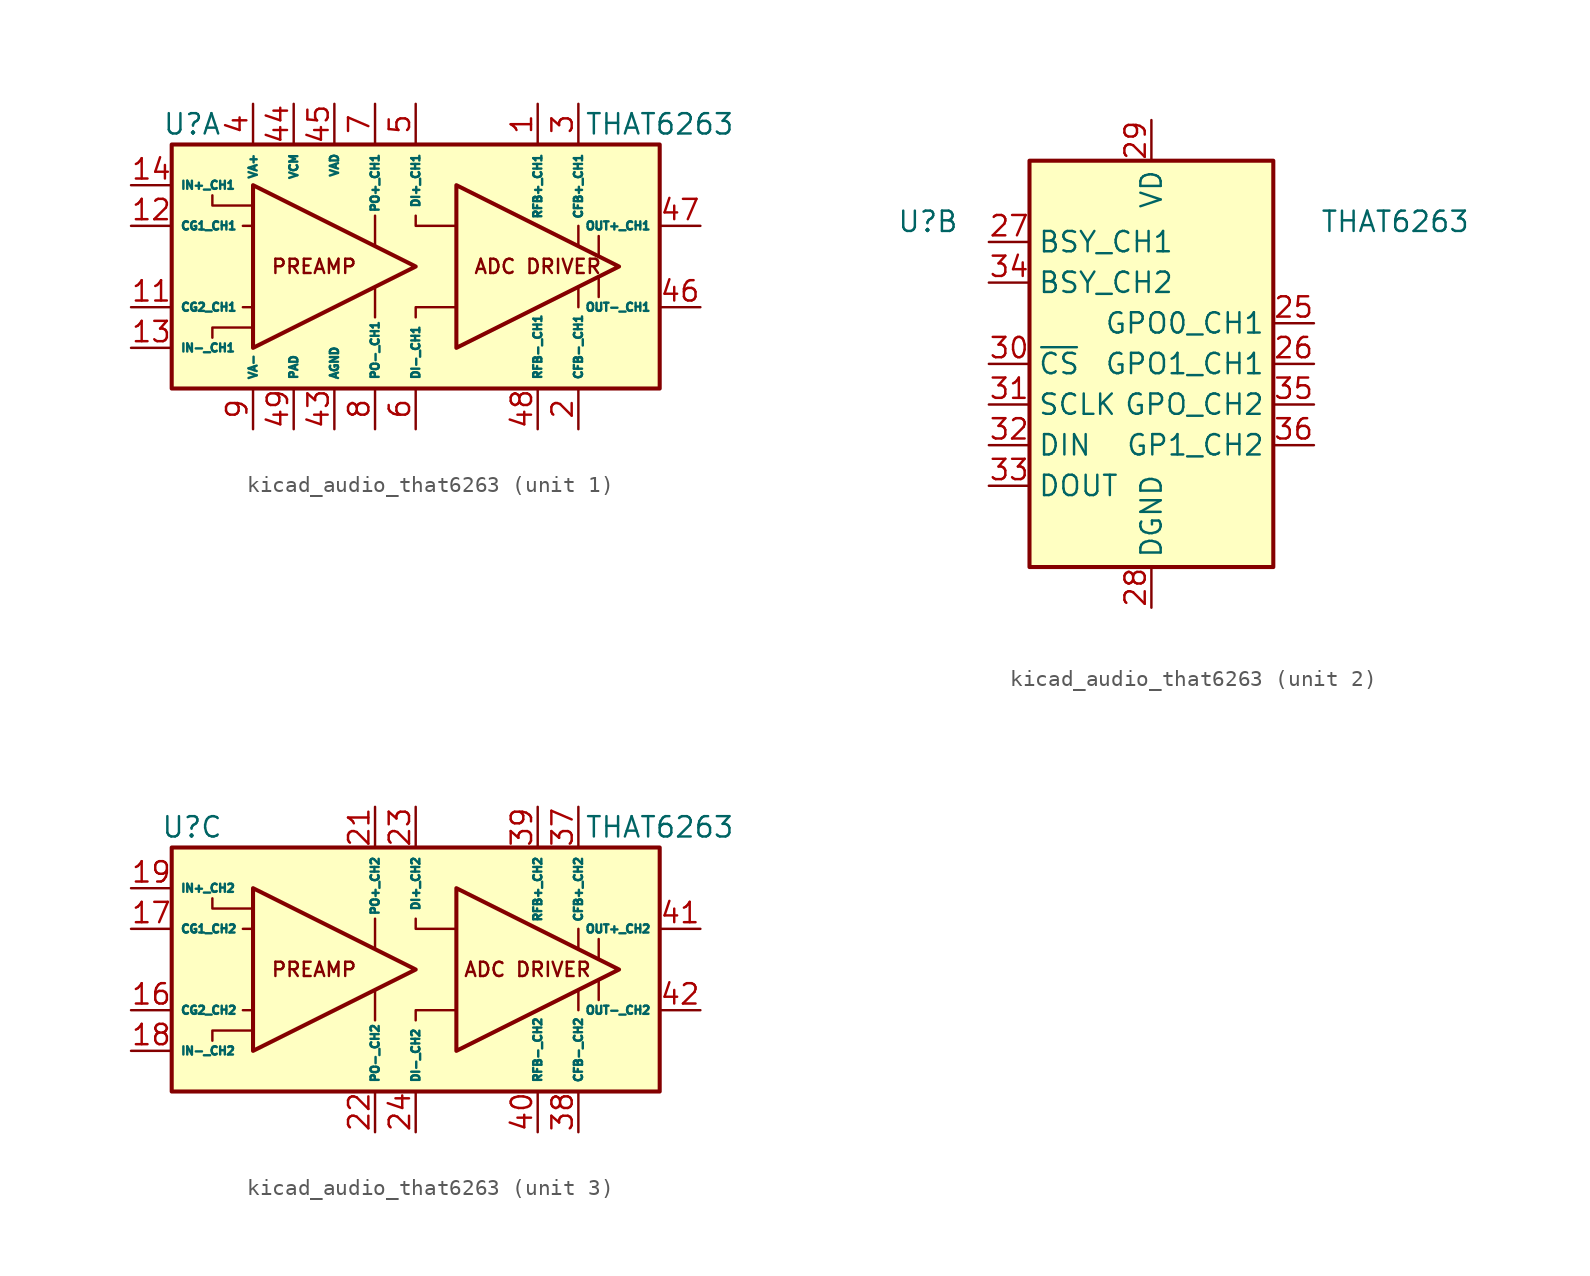
<source format=kicad_sym>
(kicad_symbol_lib
  (version 20220914)
  (generator kicad_symbol_editor)
  (symbol "kicad_audio_that6263"
    (property "Reference" "U"
      (at -13.97 8.89 0)
      (effects (font (size 1.27 1.27))))
    (property "Value" "THAT6263"
      (at 15.24 8.89 0)
      (effects (font (size 1.27 1.27))))
    (property "ki_locked" ""
      (at 0 0 0)
      (effects (font (size 1.27 1.27))))
    (symbol "kicad_audio_that6263_1_0"
      (polyline (pts (xy -10.795 -2.54) (xy -10.16 -2.54)) (stroke (width 0) (type default)) (fill (type none)))
      (polyline (pts (xy -10.795 2.54) (xy -10.16 2.54)) (stroke (width 0) (type default)) (fill (type none)))
      (polyline (pts (xy -2.54 -3.175) (xy -2.54 -1.27)) (stroke (width 0) (type default)) (fill (type none)))
      (polyline (pts (xy -2.54 3.175) (xy -2.54 1.27)) (stroke (width 0) (type default)) (fill (type none)))
      (polyline (pts (xy 10.16 -1.27) (xy 10.16 -2.54)) (stroke (width 0) (type default)) (fill (type none)))
      (polyline (pts (xy 10.16 2.54) (xy 10.16 1.27)) (stroke (width 0) (type default)) (fill (type none)))
      (polyline (pts (xy 11.43 -1.905) (xy 11.43 -0.635)) (stroke (width 0) (type default)) (fill (type none)))
      (polyline (pts (xy 11.43 0.635) (xy 11.43 1.905)) (stroke (width 0) (type default)) (fill (type none)))
      (polyline (pts (xy -12.7 -4.445) (xy -12.7 -3.81) (xy -10.16 -3.81)) (stroke (width 0) (type default)) (fill (type none)))
      (polyline (pts (xy 0 -3.175) (xy 0 -2.54) (xy 2.54 -2.54)) (stroke (width 0) (type default)) (fill (type none)))
      (polyline (pts (xy 0 3.175) (xy 0 2.54) (xy 2.54 2.54)) (stroke (width 0) (type default)) (fill (type none)))
      (polyline (pts (xy -12.7 4.445) (xy -12.7 3.81) (xy -10.795 3.81) (xy -10.16 3.81)) (stroke (width 0) (type default)) (fill (type none)))
      (text "ADC DRIVER" (at 7.62 0 0) (effects (font (size 0.889 0.889))))
      (text "PREAMP" (at -6.35 0 0) (effects (font (size 0.889 0.889)))))
    (symbol "kicad_audio_that6263_1_1"
      (rectangle (start -15.24 7.62) (end 15.24 -7.62) (stroke (width 0.254) (type default)) (fill (type background)))
      (polyline (pts (xy 0 0) (xy -10.16 5.08) (xy -10.16 -5.08) (xy 0 0)) (stroke (width 0.254) (type default)) (fill (type background)))
      (polyline (pts (xy 2.54 -5.08) (xy 2.54 5.08) (xy 12.7 0) (xy 2.54 -5.08)) (stroke (width 0.254) (type default)) (fill (type background)))
      (pin passive line (at 7.62 10.16 270) (length 2.54) (name "RFB+_CH1" (effects (font (size 0.508 0.508)))) (number "1" (effects (font (size 1.27 1.27)))))
      (pin passive line (at -10.16 10.16 270) (length 2.54) hide (name "VA+" (effects (font (size 0.508 0.508)))) (number "10" (effects (font (size 1.27 1.27)))))
      (pin passive line (at -17.78 -2.54 0) (length 2.54) (name "CG2_CH1" (effects (font (size 0.508 0.508)))) (number "11" (effects (font (size 1.27 1.27)))))
      (pin passive line (at -17.78 2.54 0) (length 2.54) (name "CG1_CH1" (effects (font (size 0.508 0.508)))) (number "12" (effects (font (size 1.27 1.27)))))
      (pin input line (at -17.78 -5.08 0) (length 2.54) (name "IN-_CH1" (effects (font (size 0.508 0.508)))) (number "13" (effects (font (size 1.27 1.27)))))
      (pin input line (at -17.78 5.08 0) (length 2.54) (name "IN+_CH1" (effects (font (size 0.508 0.508)))) (number "14" (effects (font (size 1.27 1.27)))))
      (pin passive line (at -10.16 -10.16 90) (length 2.54) hide (name "VA-" (effects (font (size 0.508 0.508)))) (number "15" (effects (font (size 1.27 1.27)))))
      (pin passive line (at 10.16 -10.16 90) (length 2.54) (name "CFB-_CH1" (effects (font (size 0.508 0.508)))) (number "2" (effects (font (size 1.27 1.27)))))
      (pin passive line (at -10.16 -10.16 90) (length 2.54) hide (name "VA-" (effects (font (size 0.508 0.508)))) (number "20" (effects (font (size 1.27 1.27)))))
      (pin passive line (at 10.16 10.16 270) (length 2.54) (name "CFB+_CH1" (effects (font (size 0.508 0.508)))) (number "3" (effects (font (size 1.27 1.27)))))
      (pin power_in line (at -10.16 10.16 270) (length 2.54) (name "VA+" (effects (font (size 0.508 0.508)))) (number "4" (effects (font (size 1.27 1.27)))))
      (pin power_in line (at -5.08 -10.16 90) (length 2.54) (name "AGND" (effects (font (size 0.508 0.508)))) (number "43" (effects (font (size 1.27 1.27)))))
      (pin power_in line (at -7.62 10.16 270) (length 2.54) (name "VCM" (effects (font (size 0.508 0.508)))) (number "44" (effects (font (size 1.27 1.27)))))
      (pin power_in line (at -5.08 10.16 270) (length 2.54) (name "VAD" (effects (font (size 0.508 0.508)))) (number "45" (effects (font (size 1.27 1.27)))))
      (pin output line (at 17.78 -2.54 180) (length 2.54) (name "OUT-_CH1" (effects (font (size 0.508 0.508)))) (number "46" (effects (font (size 1.27 1.27)))))
      (pin output line (at 17.78 2.54 180) (length 2.54) (name "OUT+_CH1" (effects (font (size 0.508 0.508)))) (number "47" (effects (font (size 1.27 1.27)))))
      (pin passive line (at 7.62 -10.16 90) (length 2.54) (name "RFB-_CH1" (effects (font (size 0.508 0.508)))) (number "48" (effects (font (size 1.27 1.27)))))
      (pin passive line (at -7.62 -10.16 90) (length 2.54) (name "PAD" (effects (font (size 0.508 0.508)))) (number "49" (effects (font (size 1.27 1.27)))))
      (pin input line (at 0 10.16 270) (length 2.54) (name "DI+_CH1" (effects (font (size 0.508 0.508)))) (number "5" (effects (font (size 1.27 1.27)))))
      (pin input line (at 0 -10.16 90) (length 2.54) (name "DI-_CH1" (effects (font (size 0.508 0.508)))) (number "6" (effects (font (size 1.27 1.27)))))
      (pin output line (at -2.54 10.16 270) (length 2.54) (name "PO+_CH1" (effects (font (size 0.508 0.508)))) (number "7" (effects (font (size 1.27 1.27)))))
      (pin output line (at -2.54 -10.16 90) (length 2.54) (name "PO-_CH1" (effects (font (size 0.508 0.508)))) (number "8" (effects (font (size 1.27 1.27)))))
      (pin power_in line (at -10.16 -10.16 90) (length 2.54) (name "VA-" (effects (font (size 0.508 0.508)))) (number "9" (effects (font (size 1.27 1.27))))))
    (symbol "kicad_audio_that6263_2_1"
      (rectangle (start -7.62 12.7) (end 7.62 -12.7) (stroke (width 0.254) (type default)) (fill (type background)))
      (pin output line (at 10.16 2.54 180) (length 2.54) (name "GPO0_CH1" (effects (font (size 1.27 1.27)))) (number "25" (effects (font (size 1.27 1.27)))))
      (pin output line (at 10.16 0 180) (length 2.54) (name "GPO1_CH1" (effects (font (size 1.27 1.27)))) (number "26" (effects (font (size 1.27 1.27)))))
      (pin output line (at -10.16 7.62 0) (length 2.54) (name "BSY_CH1" (effects (font (size 1.27 1.27)))) (number "27" (effects (font (size 1.27 1.27)))))
      (pin power_in line (at 0 -15.24 90) (length 2.54) (name "DGND" (effects (font (size 1.27 1.27)))) (number "28" (effects (font (size 1.27 1.27)))))
      (pin power_in line (at 0 15.24 270) (length 2.54) (name "VD" (effects (font (size 1.27 1.27)))) (number "29" (effects (font (size 1.27 1.27)))))
      (pin input line (at -10.16 0 0) (length 2.54) (name "~{CS}" (effects (font (size 1.27 1.27)))) (number "30" (effects (font (size 1.27 1.27)))))
      (pin input line (at -10.16 -2.54 0) (length 2.54) (name "SCLK" (effects (font (size 1.27 1.27)))) (number "31" (effects (font (size 1.27 1.27)))))
      (pin input line (at -10.16 -5.08 0) (length 2.54) (name "DIN" (effects (font (size 1.27 1.27)))) (number "32" (effects (font (size 1.27 1.27)))))
      (pin tri_state line (at -10.16 -7.62 0) (length 2.54) (name "DOUT" (effects (font (size 1.27 1.27)))) (number "33" (effects (font (size 1.27 1.27)))))
      (pin output line (at -10.16 5.08 0) (length 2.54) (name "BSY_CH2" (effects (font (size 1.27 1.27)))) (number "34" (effects (font (size 1.27 1.27)))))
      (pin output line (at 10.16 -2.54 180) (length 2.54) (name "GPO_CH2" (effects (font (size 1.27 1.27)))) (number "35" (effects (font (size 1.27 1.27)))))
      (pin output line (at 10.16 -5.08 180) (length 2.54) (name "GP1_CH2" (effects (font (size 1.27 1.27)))) (number "36" (effects (font (size 1.27 1.27))))))
    (symbol "kicad_audio_that6263_3_0"
      (polyline (pts (xy -10.795 2.54) (xy -10.16 2.54)) (stroke (width 0) (type default)) (fill (type none)))
      (polyline (pts (xy -10.16 -2.54) (xy -10.795 -2.54)) (stroke (width 0) (type default)) (fill (type none)))
      (polyline (pts (xy -2.54 -3.175) (xy -2.54 -1.27)) (stroke (width 0) (type default)) (fill (type none)))
      (polyline (pts (xy -2.54 3.175) (xy -2.54 1.27)) (stroke (width 0) (type default)) (fill (type none)))
      (polyline (pts (xy 10.16 -1.27) (xy 10.16 -2.54)) (stroke (width 0) (type default)) (fill (type none)))
      (polyline (pts (xy 10.16 2.54) (xy 10.16 1.27)) (stroke (width 0) (type default)) (fill (type none)))
      (polyline (pts (xy 11.43 -0.635) (xy 11.43 -1.905)) (stroke (width 0) (type default)) (fill (type none)))
      (polyline (pts (xy 11.43 1.905) (xy 11.43 0.635)) (stroke (width 0) (type default)) (fill (type none)))
      (polyline (pts (xy -12.7 -4.445) (xy -12.7 -3.81) (xy -10.16 -3.81)) (stroke (width 0) (type default)) (fill (type none)))
      (polyline (pts (xy -12.7 4.445) (xy -12.7 3.81) (xy -10.16 3.81)) (stroke (width 0) (type default)) (fill (type none)))
      (polyline (pts (xy 0 -3.175) (xy 0 -2.54) (xy 2.54 -2.54)) (stroke (width 0) (type default)) (fill (type none)))
      (polyline (pts (xy 0 3.175) (xy 0 2.54) (xy 2.54 2.54)) (stroke (width 0) (type default)) (fill (type none)))
      (text "ADC DRIVER" (at 6.985 0 0) (effects (font (size 0.889 0.889))))
      (text "PREAMP" (at -6.35 0 0) (effects (font (size 0.889 0.889)))))
    (symbol "kicad_audio_that6263_3_1"
      (rectangle (start -15.24 7.62) (end 15.24 -7.62) (stroke (width 0.254) (type default)) (fill (type background)))
      (polyline (pts (xy 0 0) (xy -10.16 5.08) (xy -10.16 -5.08) (xy 0 0)) (stroke (width 0.254) (type default)) (fill (type background)))
      (polyline (pts (xy 2.54 -5.08) (xy 2.54 5.08) (xy 12.7 0) (xy 2.54 -5.08)) (stroke (width 0.254) (type default)) (fill (type background)))
      (pin passive line (at -17.78 -2.54 0) (length 2.54) (name "CG2_CH2" (effects (font (size 0.508 0.508)))) (number "16" (effects (font (size 1.27 1.27)))))
      (pin passive line (at -17.78 2.54 0) (length 2.54) (name "CG1_CH2" (effects (font (size 0.508 0.508)))) (number "17" (effects (font (size 1.27 1.27)))))
      (pin input line (at -17.78 -5.08 0) (length 2.54) (name "IN-_CH2" (effects (font (size 0.508 0.508)))) (number "18" (effects (font (size 1.27 1.27)))))
      (pin input line (at -17.78 5.08 0) (length 2.54) (name "IN+_CH2" (effects (font (size 0.508 0.508)))) (number "19" (effects (font (size 1.27 1.27)))))
      (pin output line (at -2.54 10.16 270) (length 2.54) (name "PO+_CH2" (effects (font (size 0.508 0.508)))) (number "21" (effects (font (size 1.27 1.27)))))
      (pin output line (at -2.54 -10.16 90) (length 2.54) (name "PO-_CH2" (effects (font (size 0.508 0.508)))) (number "22" (effects (font (size 1.27 1.27)))))
      (pin input line (at 0 10.16 270) (length 2.54) (name "DI+_CH2" (effects (font (size 0.508 0.508)))) (number "23" (effects (font (size 1.27 1.27)))))
      (pin input line (at 0 -10.16 90) (length 2.54) (name "DI-_CH2" (effects (font (size 0.508 0.508)))) (number "24" (effects (font (size 1.27 1.27)))))
      (pin passive line (at 10.16 10.16 270) (length 2.54) (name "CFB+_CH2" (effects (font (size 0.508 0.508)))) (number "37" (effects (font (size 1.27 1.27)))))
      (pin passive line (at 10.16 -10.16 90) (length 2.54) (name "CFB-_CH2" (effects (font (size 0.508 0.508)))) (number "38" (effects (font (size 1.27 1.27)))))
      (pin passive line (at 7.62 10.16 270) (length 2.54) (name "RFB+_CH2" (effects (font (size 0.508 0.508)))) (number "39" (effects (font (size 1.27 1.27)))))
      (pin passive line (at 7.62 -10.16 90) (length 2.54) (name "RFB-_CH2" (effects (font (size 0.508 0.508)))) (number "40" (effects (font (size 1.27 1.27)))))
      (pin output line (at 17.78 2.54 180) (length 2.54) (name "OUT+_CH2" (effects (font (size 0.508 0.508)))) (number "41" (effects (font (size 1.27 1.27)))))
      (pin output line (at 17.78 -2.54 180) (length 2.54) (name "OUT-_CH2" (effects (font (size 0.508 0.508)))) (number "42" (effects (font (size 1.27 1.27))))))))
</source>
